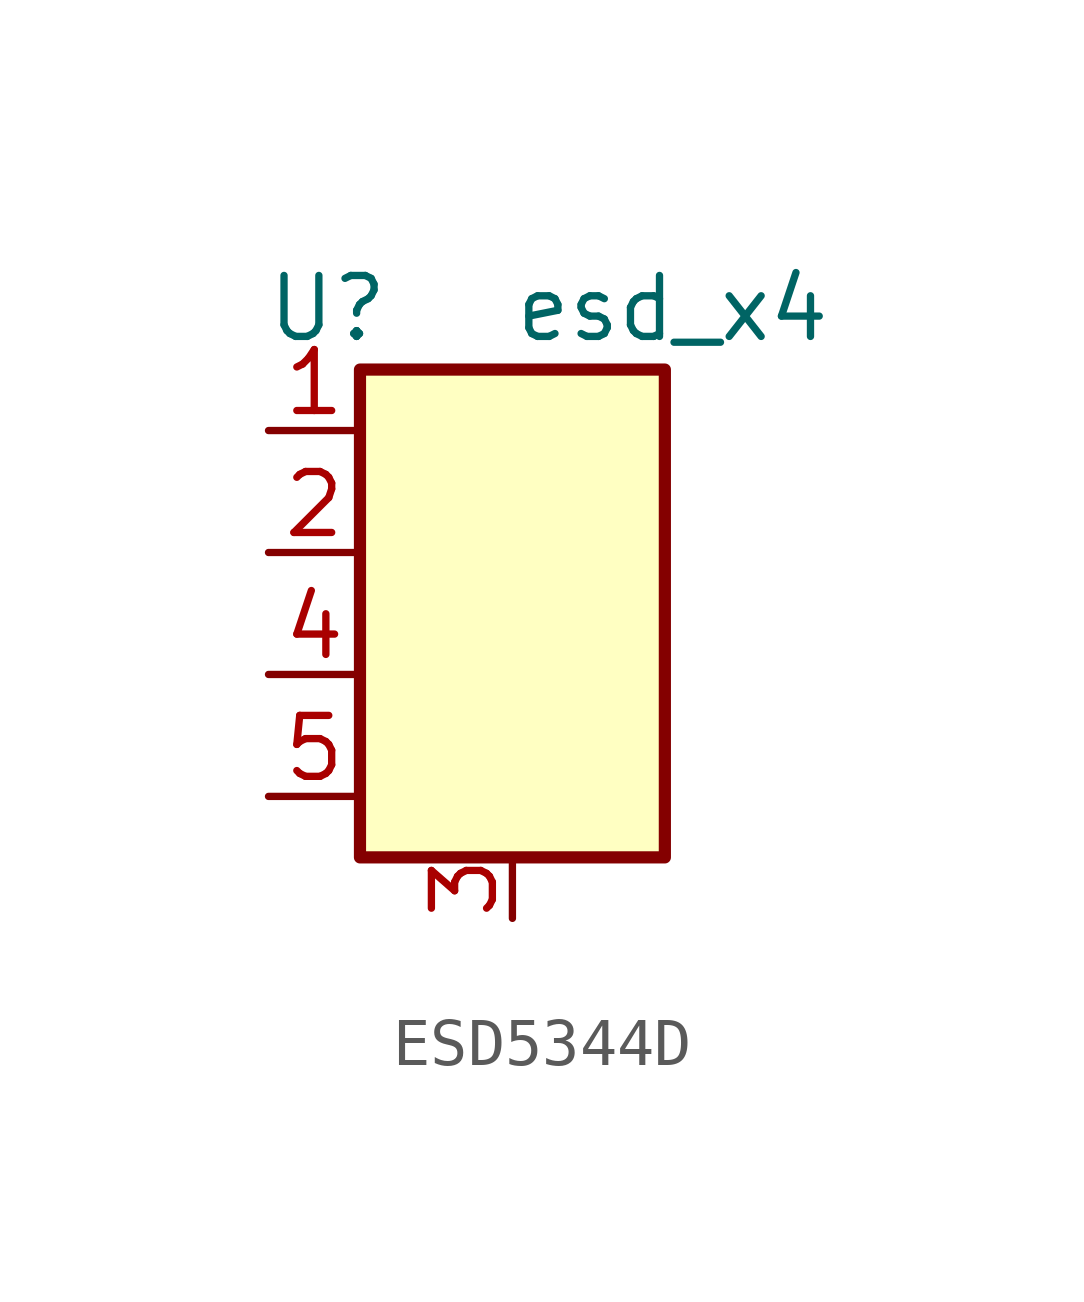
<source format=kicad_sym>
(kicad_symbol_lib
  (version 20220914)
  (generator kicad_symbol_editor)
  (symbol "ESD5344D"
    (pin_names hide)
    (property "Reference" "U"
      (at -2.54 7.62 0)
      (effects (font (size 1.27 1.27)) (justify right)))
    (property "Value" "esd_x4"
      (at 0 7.62 0)
      (effects (font (size 1.27 1.27)) (justify left)))
    (symbol "ESD5344D_0_1"
      (rectangle (start -3.175 6.35) (end 3.175 -3.81) (stroke (width 0.254) (type default)) (fill (type background))))
    (symbol "ESD5344D_1_1"
      (pin passive line (at -5.08 5.08 0) (length 1.905) (name "D1" (effects (font (size 1.27 1.27)))) (number "1" (effects (font (size 1.27 1.27)))))
      (pin passive line (at -5.08 2.54 0) (length 1.905) (name "D2" (effects (font (size 1.27 1.27)))) (number "2" (effects (font (size 1.27 1.27)))))
      (pin power_in line (at 0 -5.08 90) (length 1.27) (name "GND" (effects (font (size 1.27 1.27)))) (number "3" (effects (font (size 1.27 1.27)))))
      (pin passive line (at -5.08 0 0) (length 1.905) (name "D3" (effects (font (size 1.27 1.27)))) (number "4" (effects (font (size 1.27 1.27)))))
      (pin passive line (at -5.08 -2.54 0) (length 1.905) (name "D4" (effects (font (size 1.27 1.27)))) (number "5" (effects (font (size 1.27 1.27))))))))
</source>
